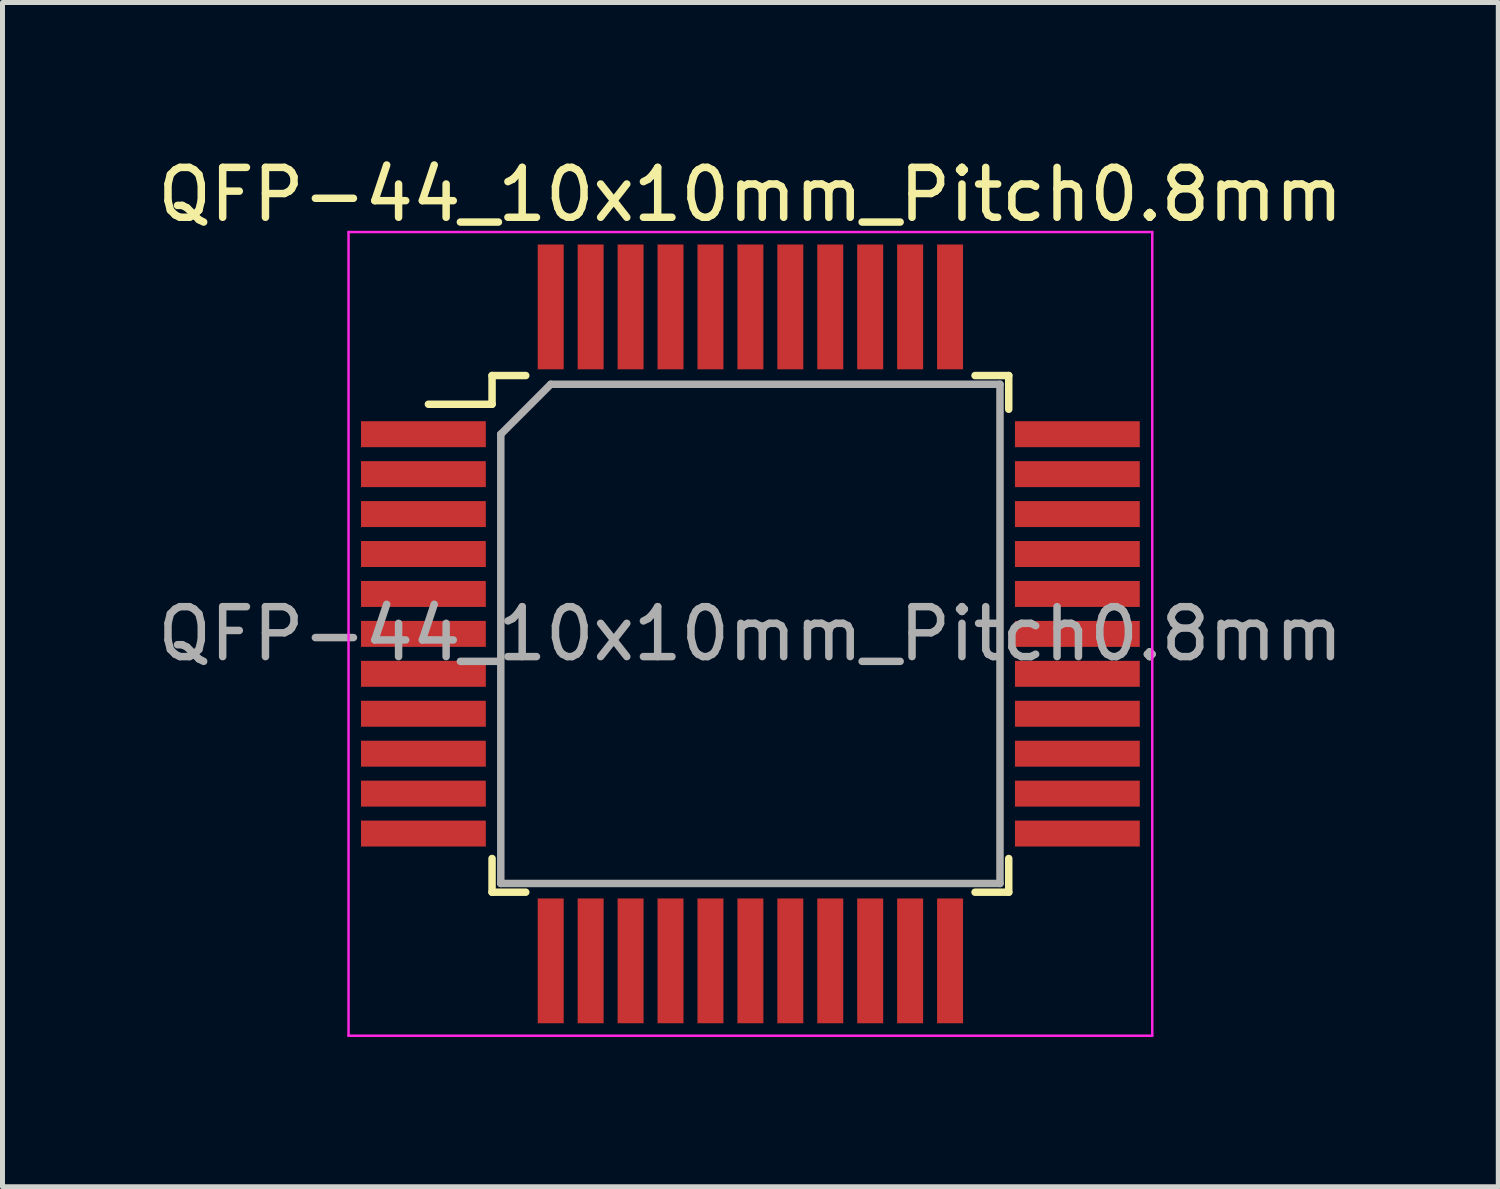
<source format=kicad_pcb>
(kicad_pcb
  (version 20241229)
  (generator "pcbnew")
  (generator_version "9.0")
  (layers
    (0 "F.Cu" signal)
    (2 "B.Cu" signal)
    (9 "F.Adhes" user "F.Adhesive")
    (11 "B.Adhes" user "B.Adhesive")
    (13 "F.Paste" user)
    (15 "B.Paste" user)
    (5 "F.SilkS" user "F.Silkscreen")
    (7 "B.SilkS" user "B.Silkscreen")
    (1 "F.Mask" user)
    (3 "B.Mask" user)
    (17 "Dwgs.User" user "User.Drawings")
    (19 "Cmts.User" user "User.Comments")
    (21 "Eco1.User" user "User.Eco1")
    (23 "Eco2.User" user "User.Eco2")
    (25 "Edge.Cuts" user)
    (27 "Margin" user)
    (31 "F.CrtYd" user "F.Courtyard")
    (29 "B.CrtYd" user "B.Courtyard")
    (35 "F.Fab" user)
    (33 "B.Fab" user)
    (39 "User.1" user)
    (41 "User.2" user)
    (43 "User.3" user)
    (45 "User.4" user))
  (footprint "QFP-44_10x10mm_Pitch0.8mm"
    (layer "F.Cu")
    (at 11.982 9.648)
    (property "Reference" "QFP-44_10x10mm_Pitch0.8mm" (at 0 -8.8 0) (layer "F.SilkS") (effects (font (size 1 1) (thickness 0.15))))
    (attr smd)
    (fp_line (start -5.175 -5.175) (end -5.175 -4.6) (stroke (width 0.15) (type solid)) (layer "F.SilkS"))
    (fp_line (start -5.175 -5.175) (end -4.5 -5.175) (stroke (width 0.15) (type solid)) (layer "F.SilkS"))
    (fp_line (start -5.175 -4.6) (end -6.45 -4.6) (stroke (width 0.15) (type solid)) (layer "F.SilkS"))
    (fp_line (start -5.175 5.175) (end -5.175 4.5) (stroke (width 0.15) (type solid)) (layer "F.SilkS"))
    (fp_line (start -5.175 5.175) (end -4.5 5.175) (stroke (width 0.15) (type solid)) (layer "F.SilkS"))
    (fp_line (start 5.175 -5.175) (end 4.5 -5.175) (stroke (width 0.15) (type solid)) (layer "F.SilkS"))
    (fp_line (start 5.175 -5.175) (end 5.175 -4.5) (stroke (width 0.15) (type solid)) (layer "F.SilkS"))
    (fp_line (start 5.175 5.175) (end 4.5 5.175) (stroke (width 0.15) (type solid)) (layer "F.SilkS"))
    (fp_line (start 5.175 5.175) (end 5.175 4.5) (stroke (width 0.15) (type solid)) (layer "F.SilkS"))
    (fp_line (start -8.05 -8.05) (end -8.05 8.05) (stroke (width 0.05) (type solid)) (layer "F.CrtYd"))
    (fp_line (start -8.05 -8.05) (end 8.05 -8.05) (stroke (width 0.05) (type solid)) (layer "F.CrtYd"))
    (fp_line (start -8.05 8.05) (end 8.05 8.05) (stroke (width 0.05) (type solid)) (layer "F.CrtYd"))
    (fp_line (start 8.05 -8.05) (end 8.05 8.05) (stroke (width 0.05) (type solid)) (layer "F.CrtYd"))
    (fp_line (start -5 -4) (end -4 -5) (stroke (width 0.15) (type solid)) (layer "F.Fab"))
    (fp_line (start -5 5) (end -5 -4) (stroke (width 0.15) (type solid)) (layer "F.Fab"))
    (fp_line (start -4 -5) (end 5 -5) (stroke (width 0.15) (type solid)) (layer "F.Fab"))
    (fp_line (start 5 -5) (end 5 5) (stroke (width 0.15) (type solid)) (layer "F.Fab"))
    (fp_line (start 5 5) (end -5 5) (stroke (width 0.15) (type solid)) (layer "F.Fab"))
    (fp_text user "${REFERENCE}" (at 0 0 0) (layer "F.Fab") (effects (font (size 1 1) (thickness 0.15))))
    (pad "1" smd rect (at -6.05 -4) (size 2.5 0.52) (drill (offset -0.5 0)) (layers "F.Cu" "F.Mask" "F.Paste"))
    (pad "2" smd rect (at -6.05 -3.2) (size 2.5 0.52) (drill (offset -0.5 0)) (layers "F.Cu" "F.Mask" "F.Paste"))
    (pad "3" smd rect (at -6.05 -2.4) (size 2.5 0.52) (drill (offset -0.5 0)) (layers "F.Cu" "F.Mask" "F.Paste"))
    (pad "4" smd rect (at -6.05 -1.6) (size 2.5 0.52) (drill (offset -0.5 0)) (layers "F.Cu" "F.Mask" "F.Paste"))
    (pad "5" smd rect (at -6.05 -0.8) (size 2.5 0.52) (drill (offset -0.5 0)) (layers "F.Cu" "F.Mask" "F.Paste"))
    (pad "6" smd rect (at -6.05 0) (size 2.5 0.52) (drill (offset -0.5 0)) (layers "F.Cu" "F.Mask" "F.Paste"))
    (pad "7" smd rect (at -6.05 0.8) (size 2.5 0.52) (drill (offset -0.5 0)) (layers "F.Cu" "F.Mask" "F.Paste"))
    (pad "8" smd rect (at -6.05 1.6) (size 2.5 0.52) (drill (offset -0.5 0)) (layers "F.Cu" "F.Mask" "F.Paste"))
    (pad "9" smd rect (at -6.05 2.4) (size 2.5 0.52) (drill (offset -0.5 0)) (layers "F.Cu" "F.Mask" "F.Paste"))
    (pad "10" smd rect (at -6.05 3.2) (size 2.5 0.52) (drill (offset -0.5 0)) (layers "F.Cu" "F.Mask" "F.Paste"))
    (pad "11" smd rect (at -6.05 4) (size 2.5 0.52) (drill (offset -0.5 0)) (layers "F.Cu" "F.Mask" "F.Paste"))
    (pad "12" smd rect (at -4 6.05) (size 0.52 2.5) (drill (offset 0 0.5)) (layers "F.Cu" "F.Mask" "F.Paste"))
    (pad "13" smd rect (at -3.2 6.05) (size 0.52 2.5) (drill (offset 0 0.5)) (layers "F.Cu" "F.Mask" "F.Paste"))
    (pad "14" smd rect (at -2.4 6.05) (size 0.52 2.5) (drill (offset 0 0.5)) (layers "F.Cu" "F.Mask" "F.Paste"))
    (pad "15" smd rect (at -1.6 6.05) (size 0.52 2.5) (drill (offset 0 0.5)) (layers "F.Cu" "F.Mask" "F.Paste"))
    (pad "16" smd rect (at -0.8 6.05) (size 0.52 2.5) (drill (offset 0 0.5)) (layers "F.Cu" "F.Mask" "F.Paste"))
    (pad "17" smd rect (at 0 6.05) (size 0.52 2.5) (drill (offset 0 0.5)) (layers "F.Cu" "F.Mask" "F.Paste"))
    (pad "18" smd rect (at 0.8 6.05) (size 0.52 2.5) (drill (offset 0 0.5)) (layers "F.Cu" "F.Mask" "F.Paste"))
    (pad "19" smd rect (at 1.6 6.05) (size 0.52 2.5) (drill (offset 0 0.5)) (layers "F.Cu" "F.Mask" "F.Paste"))
    (pad "20" smd rect (at 2.4 6.05) (size 0.52 2.5) (drill (offset 0 0.5)) (layers "F.Cu" "F.Mask" "F.Paste"))
    (pad "21" smd rect (at 3.2 6.05) (size 0.52 2.5) (drill (offset 0 0.5)) (layers "F.Cu" "F.Mask" "F.Paste"))
    (pad "22" smd rect (at 4 6.05) (size 0.52 2.5) (drill (offset 0 0.5)) (layers "F.Cu" "F.Mask" "F.Paste"))
    (pad "23" smd rect (at 6.05 4) (size 2.5 0.52) (drill (offset 0.5 0)) (layers "F.Cu" "F.Mask" "F.Paste"))
    (pad "24" smd rect (at 6.05 3.2) (size 2.5 0.52) (drill (offset 0.5 0)) (layers "F.Cu" "F.Mask" "F.Paste"))
    (pad "25" smd rect (at 6.05 2.4) (size 2.5 0.52) (drill (offset 0.5 0)) (layers "F.Cu" "F.Mask" "F.Paste"))
    (pad "26" smd rect (at 6.05 1.6) (size 2.5 0.52) (drill (offset 0.5 0)) (layers "F.Cu" "F.Mask" "F.Paste"))
    (pad "27" smd rect (at 6.05 0.8) (size 2.5 0.52) (drill (offset 0.5 0)) (layers "F.Cu" "F.Mask" "F.Paste"))
    (pad "28" smd rect (at 6.05 0) (size 2.5 0.52) (drill (offset 0.5 0)) (layers "F.Cu" "F.Mask" "F.Paste"))
    (pad "29" smd rect (at 6.05 -0.8) (size 2.5 0.52) (drill (offset 0.5 0)) (layers "F.Cu" "F.Mask" "F.Paste"))
    (pad "30" smd rect (at 6.05 -1.6) (size 2.5 0.52) (drill (offset 0.5 0)) (layers "F.Cu" "F.Mask" "F.Paste"))
    (pad "31" smd rect (at 6.05 -2.4) (size 2.5 0.52) (drill (offset 0.5 0)) (layers "F.Cu" "F.Mask" "F.Paste"))
    (pad "32" smd rect (at 6.05 -3.2) (size 2.5 0.52) (drill (offset 0.5 0)) (layers "F.Cu" "F.Mask" "F.Paste"))
    (pad "33" smd rect (at 6.05 -4) (size 2.5 0.52) (drill (offset 0.5 0)) (layers "F.Cu" "F.Mask" "F.Paste"))
    (pad "34" smd rect (at 4 -6.05) (size 0.52 2.5) (drill (offset 0 -0.5)) (layers "F.Cu" "F.Mask" "F.Paste"))
    (pad "35" smd rect (at 3.2 -6.05) (size 0.52 2.5) (drill (offset 0 -0.5)) (layers "F.Cu" "F.Mask" "F.Paste"))
    (pad "36" smd rect (at 2.4 -6.05) (size 0.52 2.5) (drill (offset 0 -0.5)) (layers "F.Cu" "F.Mask" "F.Paste"))
    (pad "37" smd rect (at 1.6 -6.05) (size 0.52 2.5) (drill (offset 0 -0.5)) (layers "F.Cu" "F.Mask" "F.Paste"))
    (pad "38" smd rect (at 0.8 -6.05) (size 0.52 2.5) (drill (offset 0 -0.5)) (layers "F.Cu" "F.Mask" "F.Paste"))
    (pad "39" smd rect (at 0 -6.05) (size 0.52 2.5) (drill (offset 0 -0.5)) (layers "F.Cu" "F.Mask" "F.Paste"))
    (pad "40" smd rect (at -0.8 -6.05) (size 0.52 2.5) (drill (offset 0 -0.5)) (layers "F.Cu" "F.Mask" "F.Paste"))
    (pad "41" smd rect (at -1.6 -6.05) (size 0.52 2.5) (drill (offset 0 -0.5)) (layers "F.Cu" "F.Mask" "F.Paste"))
    (pad "42" smd rect (at -2.4 -6.05) (size 0.52 2.5) (drill (offset 0 -0.5)) (layers "F.Cu" "F.Mask" "F.Paste"))
    (pad "43" smd rect (at -3.2 -6.05) (size 0.52 2.5) (drill (offset 0 -0.5)) (layers "F.Cu" "F.Mask" "F.Paste"))
    (pad "44" smd rect (at -4 -6.05) (size 0.52 2.5) (drill (offset 0 -0.5)) (layers "F.Cu" "F.Mask" "F.Paste")))
  (gr_rect
    (start -3 -3)
    (end 26.964 20.723)
    (stroke (width 0.1) (type default))
    (fill no)
    (layer "Edge.Cuts")))
</source>
